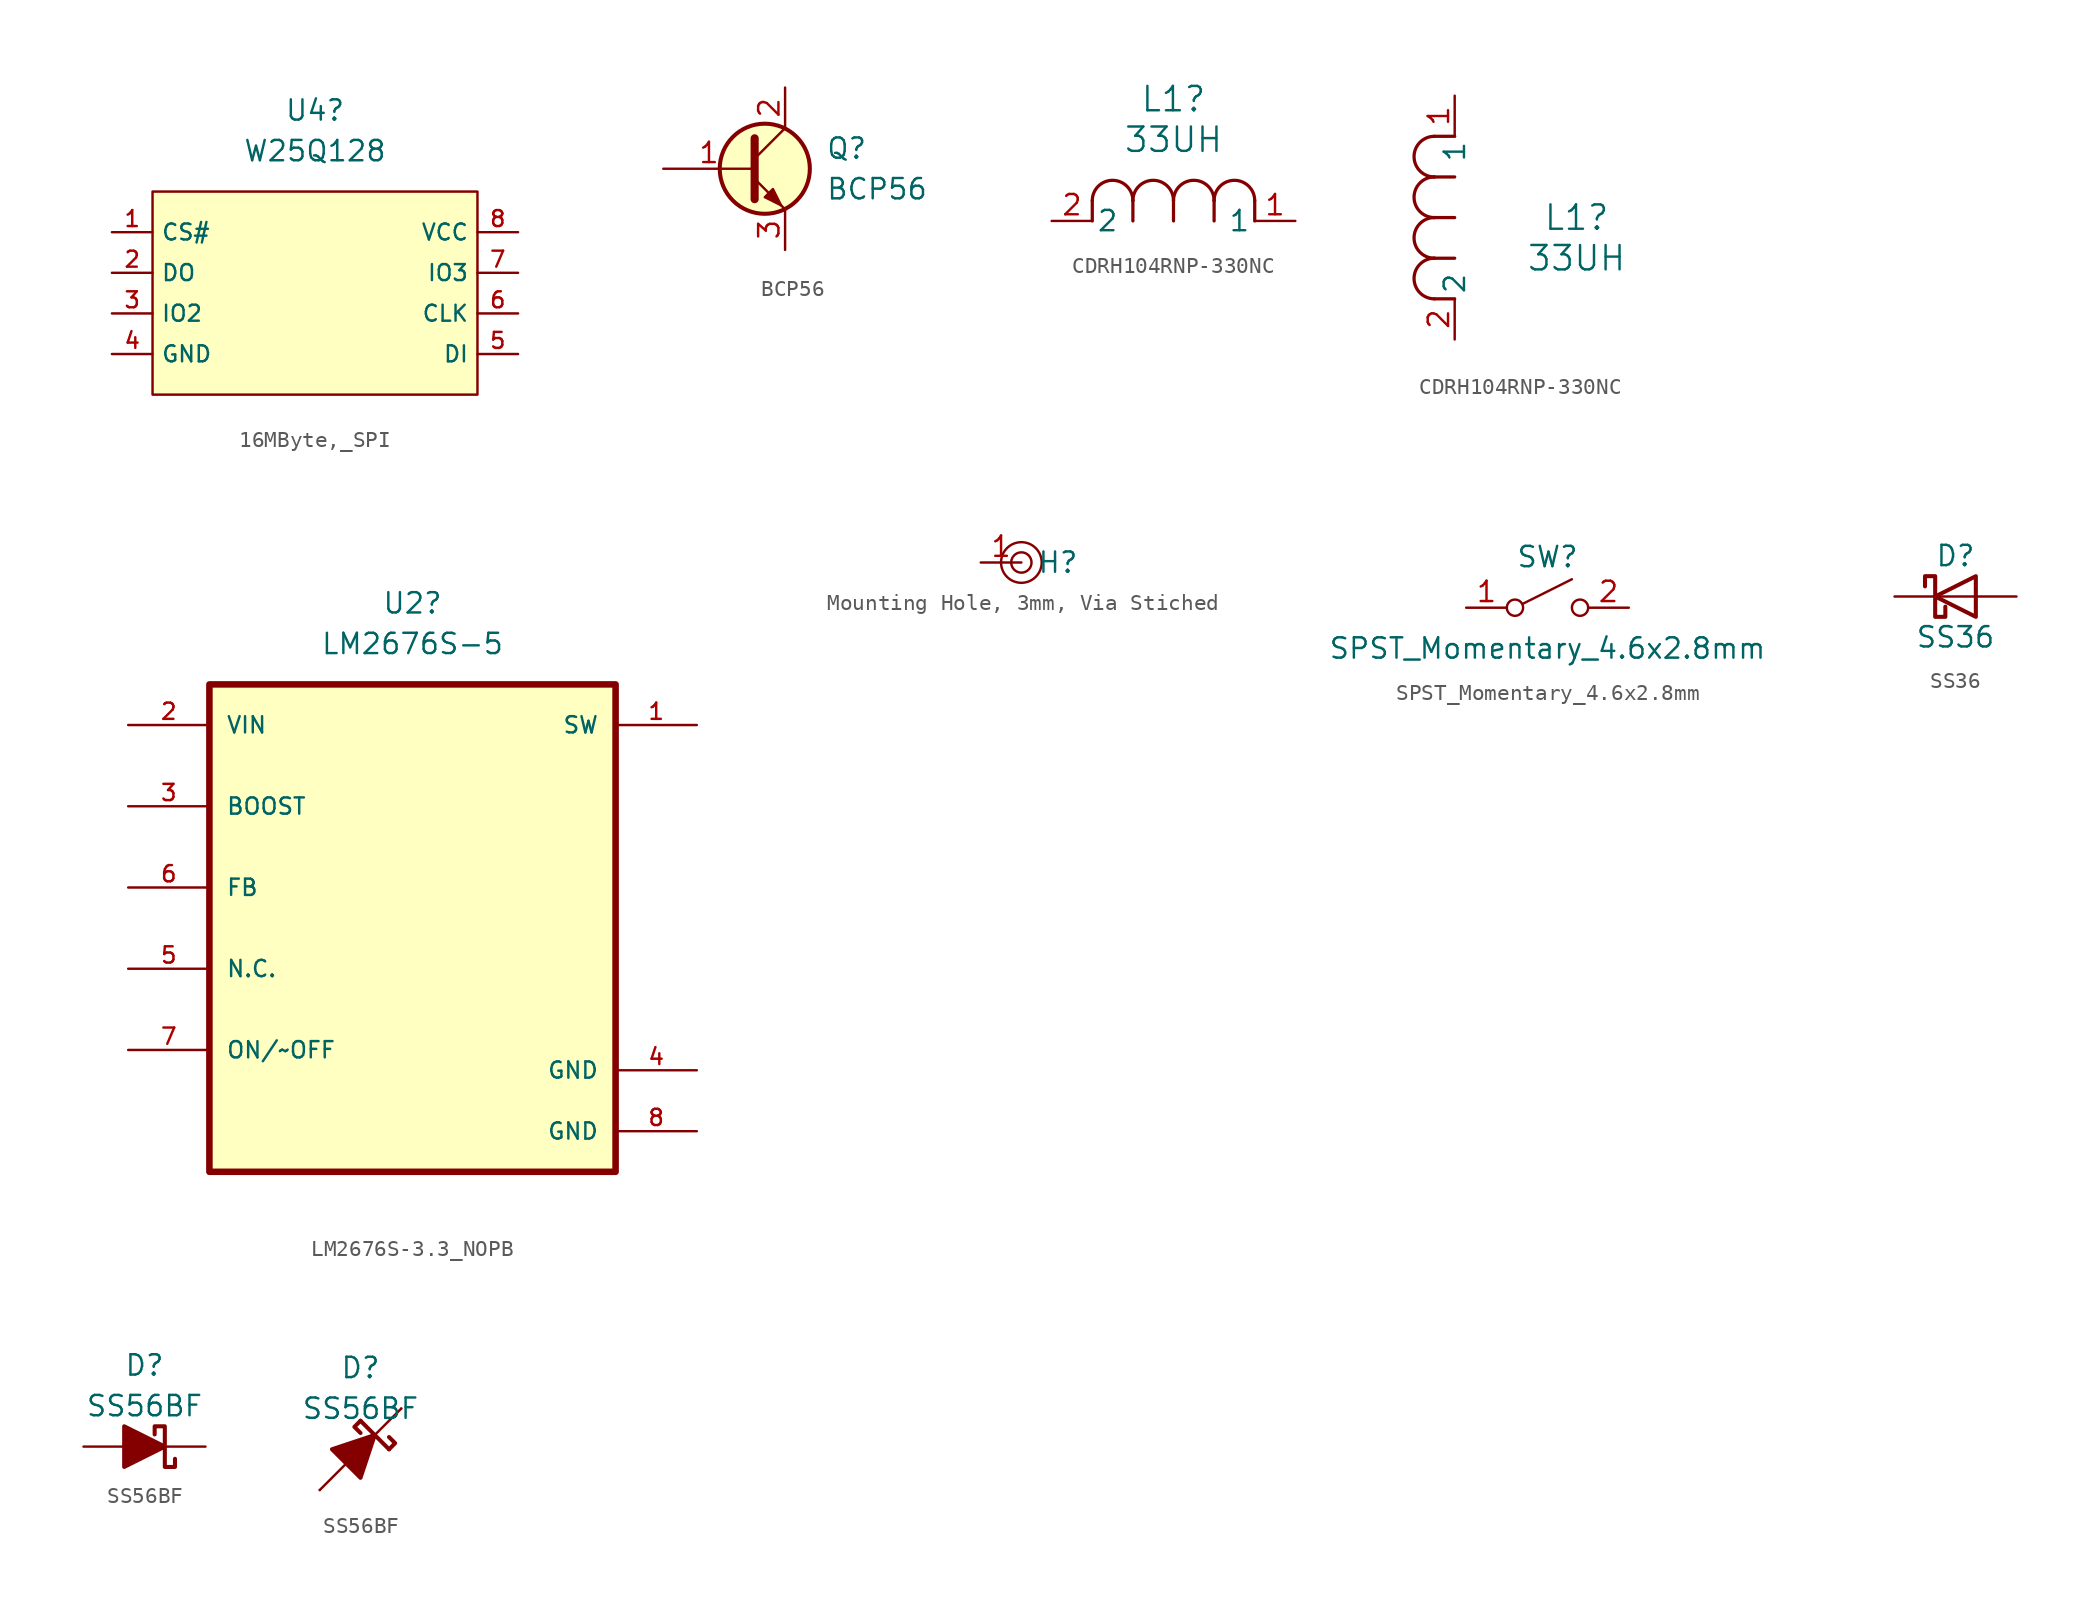
<source format=kicad_sym>
(kicad_symbol_lib
  (version 20241209)
  (generator "kicad_symbol_editor")
  (generator_version "9.0")
  (symbol "16MByte,_SPI"
    (property "Reference" "U4"
      (at 0 12.7 0)
      (effects (font (size 1.27 1.27))))
    (property "Value" "W25Q128"
      (at 0 10.16 0)
      (effects (font (size 1.27 1.27))))
    (symbol "16MByte,_SPI_0_1"
      (rectangle (start -10.16 7.62) (end 10.16 -5.08) (stroke (width 0) (type default)) (fill (type background)))
      (pin input line (at -12.7 5.08 0) (length 2.54) (name "CS#" (effects (font (size 1 1)))) (number "1" (effects (font (size 1 1)))))
      (pin bidirectional line (at -12.7 2.54 0) (length 2.54) (name "DO" (effects (font (size 1 1)))) (number "2" (effects (font (size 1 1)))))
      (pin bidirectional line (at -12.7 0 0) (length 2.54) (name "IO2" (effects (font (size 1 1)))) (number "3" (effects (font (size 1 1)))))
      (pin passive line (at -12.7 -2.54 0) (length 2.54) (name "GND" (effects (font (size 1 1)))) (number "4" (effects (font (size 1 1)))))
      (pin passive line (at 12.7 5.08 180) (length 2.54) (name "VCC" (effects (font (size 1 1)))) (number "8" (effects (font (size 1 1)))))
      (pin bidirectional line (at 12.7 2.54 180) (length 2.54) (name "IO3" (effects (font (size 1 1)))) (number "7" (effects (font (size 1 1)))))
      (pin input line (at 12.7 0 180) (length 2.54) (name "CLK" (effects (font (size 1 1)))) (number "6" (effects (font (size 1 1)))))
      (pin bidirectional line (at 12.7 -2.54 180) (length 2.54) (name "DI" (effects (font (size 1 1)))) (number "5" (effects (font (size 1 1)))))))
  (symbol "BCP56"
    (pin_names
      (hide yes))
    (property "Reference" "Q"
      (at 5.08 1.27 0)
      (effects (font (size 1.27 1.27)) (justify left)))
    (property "Value" "BCP56"
      (at 5.08 -1.27 0)
      (effects (font (size 1.27 1.27)) (justify left)))
    (symbol "BCP56_0_1"
      (polyline (pts (xy 0.635 1.905) (xy 0.635 -1.905) (xy 0.635 -1.905)) (stroke (width 0.508) (type default)) (fill (type none)))
      (polyline (pts (xy 0.635 0.635) (xy 2.54 2.54)) (stroke (width 0) (type default)) (fill (type none)))
      (polyline (pts (xy 0.635 -0.635) (xy 2.54 -2.54) (xy 2.54 -2.54)) (stroke (width 0) (type default)) (fill (type none)))
      (circle (center 1.27 0) (radius 2.819) (stroke (width 0.254) (type default)) (fill (type background)))
      (polyline (pts (xy 1.27 -1.778) (xy 1.778 -1.27) (xy 2.286 -2.286) (xy 1.27 -1.778) (xy 1.27 -1.778)) (stroke (width 0) (type default)) (fill (type outline))))
    (symbol "BCP56_1_1"
      (pin input line (at -5.08 0 0) (length 5.715) (name "B" (effects (font (size 1.27 1.27)))) (number "1" (effects (font (size 1.27 1.27)))))
      (pin passive line (at 2.54 5.08 270) (length 2.54) (name "C" (effects (font (size 1.27 1.27)))) (number "2" (effects (font (size 1.27 1.27)))))
      (pin passive line (at 2.54 -5.08 90) (length 2.54) (name "E" (effects (font (size 1.27 1.27)))) (number "3" (effects (font (size 1.27 1.27)))))))
  (symbol "CDRH104RNP-330NC"
    (pin_names
      (offset 0.254))
    (property "Reference" "L1"
      (at 7.62 7.62 0)
      (effects (font (size 1.524 1.524))))
    (property "Value" "33UH"
      (at 7.62 5.08 0)
      (effects (font (size 1.524 1.524))))
    (property "ki_locked" ""
      (at 0 0 0)
      (effects (font (size 1.27 1.27))))
    (symbol "CDRH104RNP-330NC_1_1"
      (polyline (pts (xy 2.54 0) (xy 2.54 1.27)) (stroke (width 0.203) (type default)) (fill (type none)))
      (arc (start 2.54 1.27) (mid 3.81 2.5344) (end 5.08 1.27) (stroke (width 0.2032) (type default)) (fill (type none)))
      (polyline (pts (xy 5.08 0) (xy 5.08 1.27)) (stroke (width 0.203) (type default)) (fill (type none)))
      (arc (start 5.08 1.27) (mid 6.35 2.5344) (end 7.62 1.27) (stroke (width 0.2032) (type default)) (fill (type none)))
      (polyline (pts (xy 7.62 0) (xy 7.62 1.27)) (stroke (width 0.203) (type default)) (fill (type none)))
      (arc (start 7.62 1.27) (mid 8.89 2.5344) (end 10.16 1.27) (stroke (width 0.2032) (type default)) (fill (type none)))
      (polyline (pts (xy 10.16 0) (xy 10.16 1.27)) (stroke (width 0.203) (type default)) (fill (type none)))
      (arc (start 10.16 1.27) (mid 11.43 2.5344) (end 12.7 1.27) (stroke (width 0.2032) (type default)) (fill (type none)))
      (polyline (pts (xy 12.7 0) (xy 12.7 1.27)) (stroke (width 0.203) (type default)) (fill (type none)))
      (pin passive line (at 0 0 0) (length 2.54) (name "2" (effects (font (size 1.27 1.27)))) (number "2" (effects (font (size 1.27 1.27)))))
      (pin passive line (at 15.24 0 180) (length 2.54) (name "1" (effects (font (size 1.27 1.27)))) (number "1" (effects (font (size 1.27 1.27))))))
    (symbol "CDRH104RNP-330NC_1_2"
      (arc (start -1.27 10.16) (mid -2.5344 11.43) (end -1.27 12.7) (stroke (width 0.2032) (type default)) (fill (type none)))
      (arc (start -1.27 7.62) (mid -2.5344 8.89) (end -1.27 10.16) (stroke (width 0.2032) (type default)) (fill (type none)))
      (arc (start -1.27 5.08) (mid -2.5344 6.35) (end -1.27 7.62) (stroke (width 0.2032) (type default)) (fill (type none)))
      (arc (start -1.27 2.54) (mid -2.5344 3.81) (end -1.27 5.08) (stroke (width 0.2032) (type default)) (fill (type none)))
      (polyline (pts (xy 0 12.7) (xy -1.27 12.7)) (stroke (width 0.203) (type default)) (fill (type none)))
      (polyline (pts (xy 0 10.16) (xy -1.27 10.16)) (stroke (width 0.203) (type default)) (fill (type none)))
      (polyline (pts (xy 0 7.62) (xy -1.27 7.62)) (stroke (width 0.203) (type default)) (fill (type none)))
      (polyline (pts (xy 0 5.08) (xy -1.27 5.08)) (stroke (width 0.203) (type default)) (fill (type none)))
      (polyline (pts (xy 0 2.54) (xy -1.27 2.54)) (stroke (width 0.203) (type default)) (fill (type none)))
      (pin unspecified line (at 0 15.24 270) (length 2.54) (name "1" (effects (font (size 1.27 1.27)))) (number "1" (effects (font (size 1.27 1.27)))))
      (pin unspecified line (at 0 0 90) (length 2.54) (name "2" (effects (font (size 1.27 1.27)))) (number "2" (effects (font (size 1.27 1.27)))))))
  (symbol "LM2676S-3.3_NOPB"
    (pin_names
      (offset 1.016))
    (property "Reference" "U2"
      (at 0 20.32 0)
      (effects (font (size 1.27 1.27))))
    (property "Value" "LM2676S-5"
      (at 0 17.78 0)
      (effects (font (size 1.27 1.27))))
    (symbol "LM2676S-3.3_NOPB_0_0"
      (rectangle (start -12.7 -15.24) (end 12.7 15.24) (stroke (width 0.41) (type default)) (fill (type background)))
      (pin input line (at -17.78 12.7 0) (length 5.08) (name "VIN" (effects (font (size 1.016 1.016)))) (number "2" (effects (font (size 1.016 1.016)))))
      (pin bidirectional line (at -17.78 7.62 0) (length 5.08) (name "BOOST" (effects (font (size 1.016 1.016)))) (number "3" (effects (font (size 1.016 1.016)))))
      (pin power_in line (at -17.78 2.54 0) (length 5.08) (name "FB" (effects (font (size 1.016 1.016)))) (number "6" (effects (font (size 1.016 1.016)))))
      (pin bidirectional line (at -17.78 -2.54 0) (length 5.08) (name "N.C." (effects (font (size 1.016 1.016)))) (number "5" (effects (font (size 1.016 1.016)))))
      (pin bidirectional line (at -17.78 -7.62 0) (length 5.08) (name "ON/~OFF" (effects (font (size 1.016 1.016)))) (number "7" (effects (font (size 1.016 1.016)))))
      (pin output line (at 17.78 12.7 180) (length 5.08) (name "SW" (effects (font (size 1.016 1.016)))) (number "1" (effects (font (size 1.016 1.016)))))
      (pin power_in line (at 17.78 -8.89 180) (length 5.08) (name "GND" (effects (font (size 1.016 1.016)))) (number "4" (effects (font (size 1.016 1.016)))))
      (pin power_in line (at 17.78 -12.7 180) (length 5.08) (name "GND" (effects (font (size 1.016 1.016)))) (number "8" (effects (font (size 1.016 1.016)))))))
  (symbol "Mounting Hole, 3mm, Via Stiched"
    (property "Reference" "H"
      (at 2.286 0 0)
      (effects (font (size 1.27 1.27))))
    (property "Value" ""
      (at 0 0 0)
      (effects (font (size 1.27 1.27))))
    (symbol "Mounting Hole, 3mm, Via Stiched_0_1"
      (circle (center 0 0) (radius 0.635) (stroke (width 0) (type default)) (fill (type none)))
      (circle (center 0 0) (radius 1.27) (stroke (width 0) (type default)) (fill (type none))))
    (symbol "Mounting Hole, 3mm, Via Stiched_1_1"
      (pin passive line (at -2.54 0 0) (length 2.54) (name "" (effects (font (size 1.27 1.27)))) (number "1" (effects (font (size 1.27 1.27)))))))
  (symbol "SPST_Momentary_4.6x2.8mm"
    (pin_names
      (offset 0)
      (hide yes))
    (property "Reference" "SW"
      (at 0 3.175 0)
      (effects (font (size 1.27 1.27))))
    (property "Value" "SPST_Momentary_4.6x2.8mm"
      (at 0 -2.54 0)
      (effects (font (size 1.27 1.27))))
    (symbol "SPST_Momentary_4.6x2.8mm_0_0"
      (circle (center -2.032 0) (radius 0.508) (stroke (width 0) (type default)) (fill (type none)))
      (polyline (pts (xy -1.524 0.254) (xy 1.524 1.778)) (stroke (width 0) (type default)) (fill (type none)))
      (circle (center 2.032 0) (radius 0.508) (stroke (width 0) (type default)) (fill (type none))))
    (symbol "SPST_Momentary_4.6x2.8mm_1_1"
      (pin passive line (at -5.08 0 0) (length 2.54) (name "A" (effects (font (size 1.27 1.27)))) (number "1" (effects (font (size 1.27 1.27)))))
      (pin passive line (at 5.08 0 180) (length 2.54) (name "B" (effects (font (size 1.27 1.27)))) (number "2" (effects (font (size 1.27 1.27)))))))
  (symbol "SS36"
    (pin_numbers
      (hide yes))
    (pin_names
      (offset 1.016)
      (hide yes))
    (property "Reference" "D"
      (at 0 2.54 0)
      (effects (font (size 1.27 1.27))))
    (property "Value" "SS36"
      (at 0 -2.54 0)
      (effects (font (size 1.27 1.27))))
    (symbol "SS36_0_1"
      (polyline (pts (xy -1.905 0.635) (xy -1.905 1.27) (xy -1.27 1.27) (xy -1.27 -1.27) (xy -0.635 -1.27) (xy -0.635 -0.635)) (stroke (width 0.254) (type default)) (fill (type none)))
      (polyline (pts (xy 1.27 1.27) (xy 1.27 -1.27) (xy -1.27 0) (xy 1.27 1.27)) (stroke (width 0.254) (type default)) (fill (type none)))
      (polyline (pts (xy 1.27 0) (xy -1.27 0)) (stroke (width 0) (type default)) (fill (type none))))
    (symbol "SS36_1_1"
      (pin passive line (at -3.81 0 0) (length 2.54) (name "K" (effects (font (size 1.27 1.27)))) (number "1" (effects (font (size 1.27 1.27)))))
      (pin passive line (at 3.81 0 180) (length 2.54) (name "A" (effects (font (size 1.27 1.27)))) (number "2" (effects (font (size 1.27 1.27)))))))
  (symbol "SS56BF"
    (pin_numbers
      (hide yes))
    (pin_names
      (offset 1.016)
      (hide yes))
    (property "Reference" "D"
      (at 0 5.08 0)
      (effects (font (size 1.27 1.27))))
    (property "Value" "SS56BF"
      (at 0 2.54 0)
      (effects (font (size 1.27 1.27))))
    (symbol "SS56BF_0_1"
      (polyline (pts (xy -1.27 0) (xy 1.27 0)) (stroke (width 0) (type default)) (fill (type none)))
      (polyline (pts (xy -1.27 -1.27) (xy -1.27 1.27) (xy 1.27 0) (xy -1.27 -1.27)) (stroke (width 0.254) (type default)) (fill (type outline)))
      (polyline (pts (xy 1.905 -0.762) (xy 1.905 -1.27) (xy 1.27 -1.27) (xy 1.27 1.27) (xy 0.635 1.27) (xy 0.635 0.762)) (stroke (width 0.254) (type default)) (fill (type none))))
    (symbol "SS56BF_0_2"
      (polyline (pts (xy -2.54 -2.54) (xy 2.54 2.54)) (stroke (width 0) (type default)) (fill (type none)))
      (polyline (pts (xy -0.889 -0.889) (xy -1.778 0) (xy 0.889 0.889) (xy 0 -1.778) (xy -0.889 -0.889)) (stroke (width 0.254) (type default)) (fill (type outline)))
      (polyline (pts (xy 0 1.778) (xy 1.778 0)) (stroke (width 0.254) (type default)) (fill (type none)))
      (polyline (pts (xy 0 1.778) (xy -0.381 1.397) (xy 0 1.016)) (stroke (width 0.254) (type default)) (fill (type none)))
      (polyline (pts (xy 1.778 0) (xy 2.159 0.381) (xy 1.778 0.762)) (stroke (width 0.254) (type default)) (fill (type none))))
    (symbol "SS56BF_1_1"
      (pin passive line (at -3.81 0 0) (length 2.54) (name "A" (effects (font (size 1.27 1.27)))) (number "2" (effects (font (size 1.27 1.27)))))
      (pin passive line (at 3.81 0 180) (length 2.54) (name "K" (effects (font (size 1.27 1.27)))) (number "1" (effects (font (size 1.27 1.27))))))
    (symbol "SS56BF_1_2"
      (pin passive line (at -2.54 -2.54 0) (length 0) (name "A" (effects (font (size 1.27 1.27)))) (number "2" (effects (font (size 1.27 1.27)))))
      (pin passive line (at 2.54 2.54 180) (length 0) (name "K" (effects (font (size 1.27 1.27)))) (number "1" (effects (font (size 1.27 1.27))))))))
</source>
